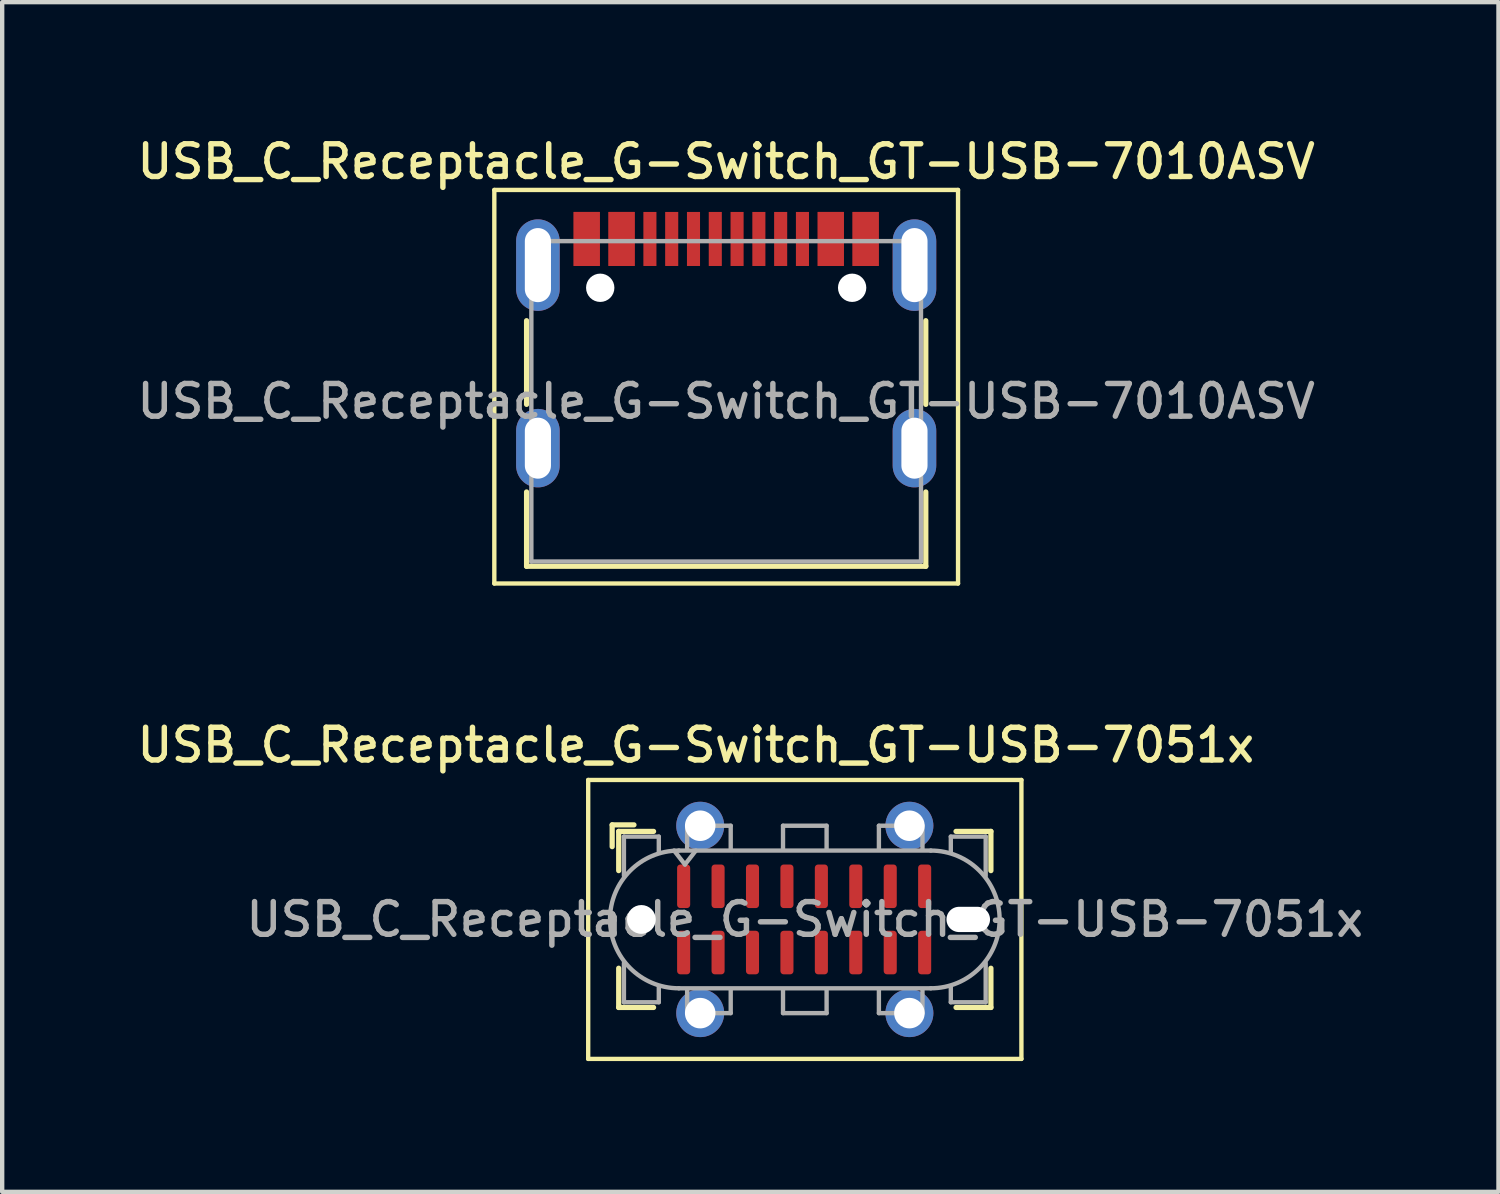
<source format=kicad_pcb>
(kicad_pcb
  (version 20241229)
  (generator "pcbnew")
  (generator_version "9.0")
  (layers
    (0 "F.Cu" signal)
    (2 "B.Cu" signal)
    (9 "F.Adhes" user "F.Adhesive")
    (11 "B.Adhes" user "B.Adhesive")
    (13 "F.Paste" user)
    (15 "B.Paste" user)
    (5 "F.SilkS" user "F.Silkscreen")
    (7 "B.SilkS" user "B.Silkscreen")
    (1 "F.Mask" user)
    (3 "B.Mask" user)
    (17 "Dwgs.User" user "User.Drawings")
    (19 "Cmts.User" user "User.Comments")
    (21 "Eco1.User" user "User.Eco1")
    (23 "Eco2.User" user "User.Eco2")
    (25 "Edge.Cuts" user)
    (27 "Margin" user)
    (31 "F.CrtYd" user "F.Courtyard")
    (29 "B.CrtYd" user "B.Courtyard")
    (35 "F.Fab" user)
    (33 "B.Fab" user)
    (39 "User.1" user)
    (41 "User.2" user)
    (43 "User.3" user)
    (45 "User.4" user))
  (footprint "USB_C_Receptacle_G-Switch_GT-USB-7051x"
    (layer "F.Cu")
    (at 15.416 18.046)
    (property "Reference" "USB_C_Receptacle_G-Switch_GT-USB-7051x" (at -2.5 -4 0) (unlocked yes) (layer "F.SilkS") (effects (font (size 0.75 0.75) (thickness 0.125))))
    (attr smd)
    (fp_line (start -4.97 -3.2) (end -4.97 3.2) (stroke (width 0.1) (type solid)) (layer "F.SilkS"))
    (fp_line (start -4.97 3.2) (end 4.97 3.2) (stroke (width 0.1) (type solid)) (layer "F.SilkS"))
    (fp_line (start -4.42 -2.17) (end -4.42 -1.67) (stroke (width 0.12) (type solid)) (layer "F.SilkS"))
    (fp_line (start -4.42 -2.17) (end -3.92 -2.17) (stroke (width 0.12) (type solid)) (layer "F.SilkS"))
    (fp_line (start -4.27 -2.02) (end -4.27 -1.12) (stroke (width 0.12) (type solid)) (layer "F.SilkS"))
    (fp_line (start -4.27 -2.02) (end -3.47 -2.02) (stroke (width 0.12) (type solid)) (layer "F.SilkS"))
    (fp_line (start -4.27 2.02) (end -4.27 1.12) (stroke (width 0.12) (type solid)) (layer "F.SilkS"))
    (fp_line (start -4.27 2.02) (end -3.47 2.02) (stroke (width 0.12) (type solid)) (layer "F.SilkS"))
    (fp_line (start 4.27 -2.02) (end 3.47 -2.02) (stroke (width 0.12) (type solid)) (layer "F.SilkS"))
    (fp_line (start 4.27 -2.02) (end 4.27 -1.12) (stroke (width 0.12) (type solid)) (layer "F.SilkS"))
    (fp_line (start 4.27 2.02) (end 3.47 2.02) (stroke (width 0.12) (type solid)) (layer "F.SilkS"))
    (fp_line (start 4.27 2.02) (end 4.27 1.12) (stroke (width 0.12) (type solid)) (layer "F.SilkS"))
    (fp_line (start 4.97 -3.2) (end -4.97 -3.2) (stroke (width 0.1) (type solid)) (layer "F.SilkS"))
    (fp_line (start 4.97 3.2) (end 4.97 -3.2) (stroke (width 0.1) (type solid)) (layer "F.SilkS"))
    (fp_line (start -4.15 -1.9) (end -4.15 -1) (stroke (width 0.1) (type solid)) (layer "F.Fab"))
    (fp_line (start -4.15 -1.9) (end -3.35 -1.9) (stroke (width 0.1) (type solid)) (layer "F.Fab"))
    (fp_line (start -4.15 1.9) (end -4.15 1) (stroke (width 0.1) (type solid)) (layer "F.Fab"))
    (fp_line (start -4.15 1.9) (end -3.35 1.9) (stroke (width 0.1) (type solid)) (layer "F.Fab"))
    (fp_line (start -3.35 -1.9) (end -3.35 -1.55) (stroke (width 0.1) (type solid)) (layer "F.Fab"))
    (fp_line (start -3.35 1.9) (end -3.35 1.55) (stroke (width 0.1) (type solid)) (layer "F.Fab"))
    (fp_line (start -2.89 1.58) (end 2.89 1.58) (stroke (width 0.1) (type solid)) (layer "F.Fab"))
    (fp_line (start -2.75 -1.26) (end -3 -1.58) (stroke (width 0.1) (type solid)) (layer "F.Fab"))
    (fp_line (start -2.7 -2.15) (end -1.7 -2.15) (stroke (width 0.1) (type solid)) (layer "F.Fab"))
    (fp_line (start -2.7 -1.6) (end -2.7 -2.15) (stroke (width 0.1) (type solid)) (layer "F.Fab"))
    (fp_line (start -2.7 1.6) (end -2.7 2.15) (stroke (width 0.1) (type solid)) (layer "F.Fab"))
    (fp_line (start -2.7 2.15) (end -1.7 2.15) (stroke (width 0.1) (type solid)) (layer "F.Fab"))
    (fp_line (start -2.5 -1.58) (end -2.75 -1.26) (stroke (width 0.1) (type solid)) (layer "F.Fab"))
    (fp_line (start -1.7 -2.15) (end -1.7 -1.6) (stroke (width 0.1) (type solid)) (layer "F.Fab"))
    (fp_line (start -1.7 2.15) (end -1.7 1.6) (stroke (width 0.1) (type solid)) (layer "F.Fab"))
    (fp_line (start -0.5 -2.15) (end 0.5 -2.15) (stroke (width 0.1) (type solid)) (layer "F.Fab"))
    (fp_line (start -0.5 -1.6) (end -0.5 -2.15) (stroke (width 0.1) (type solid)) (layer "F.Fab"))
    (fp_line (start -0.5 2.15) (end -0.5 1.6) (stroke (width 0.1) (type solid)) (layer "F.Fab"))
    (fp_line (start 0.5 -2.15) (end 0.5 -1.6) (stroke (width 0.1) (type solid)) (layer "F.Fab"))
    (fp_line (start 0.5 1.6) (end 0.5 2.15) (stroke (width 0.1) (type solid)) (layer "F.Fab"))
    (fp_line (start 0.5 2.15) (end -0.5 2.15) (stroke (width 0.1) (type solid)) (layer "F.Fab"))
    (fp_line (start 1.7 -2.15) (end 1.7 -1.6) (stroke (width 0.1) (type solid)) (layer "F.Fab"))
    (fp_line (start 1.7 2.15) (end 1.7 1.6) (stroke (width 0.1) (type solid)) (layer "F.Fab"))
    (fp_line (start 2.7 -2.15) (end 1.7 -2.15) (stroke (width 0.1) (type solid)) (layer "F.Fab"))
    (fp_line (start 2.7 -1.6) (end 2.7 -2.15) (stroke (width 0.1) (type solid)) (layer "F.Fab"))
    (fp_line (start 2.7 1.6) (end 2.7 2.15) (stroke (width 0.1) (type solid)) (layer "F.Fab"))
    (fp_line (start 2.7 2.15) (end 1.7 2.15) (stroke (width 0.1) (type solid)) (layer "F.Fab"))
    (fp_line (start 2.89 -1.58) (end -2.89 -1.58) (stroke (width 0.1) (type solid)) (layer "F.Fab"))
    (fp_line (start 3.35 -1.9) (end 3.35 -1.55) (stroke (width 0.1) (type solid)) (layer "F.Fab"))
    (fp_line (start 3.35 1.9) (end 3.35 1.55) (stroke (width 0.1) (type solid)) (layer "F.Fab"))
    (fp_line (start 4.15 -1.9) (end 3.35 -1.9) (stroke (width 0.1) (type solid)) (layer "F.Fab"))
    (fp_line (start 4.15 -1.9) (end 4.15 -1) (stroke (width 0.1) (type solid)) (layer "F.Fab"))
    (fp_line (start 4.15 1.9) (end 3.35 1.9) (stroke (width 0.1) (type solid)) (layer "F.Fab"))
    (fp_line (start 4.15 1.9) (end 4.15 1) (stroke (width 0.1) (type solid)) (layer "F.Fab"))
    (fp_arc (start -2.89 1.58) (mid -4.47 0) (end -2.89 -1.58) (stroke (width 0.1) (type solid)) (layer "F.Fab"))
    (fp_arc (start 2.89 -1.58) (mid 4.47 0) (end 2.89 1.58) (stroke (width 0.1) (type solid)) (layer "F.Fab"))
    (fp_text user "${REFERENCE}" (at 0 0 0) (unlocked yes) (layer "F.Fab") (effects (font (size 0.75 0.75) (thickness 0.125))))
    (pad "" np_thru_hole circle (at -3.75 0) (size 0.66 0.66) (drill 0.66) (layers "*.Cu" "*.Mask"))
    (pad "" np_thru_hole oval (at 3.75 0) (size 1 0.58) (drill oval 1 0.58) (layers "*.Cu" "*.Mask"))
    (pad "A1" smd roundrect (at -2.78 -0.76) (size 0.3 1) (layers "F.Cu" "F.Mask" "F.Paste") (roundrect_rratio 0.25))
    (pad "A4" smd roundrect (at -1.99 -0.76) (size 0.3 1) (layers "F.Cu" "F.Mask" "F.Paste") (roundrect_rratio 0.25))
    (pad "A5" smd roundrect (at -1.2 -0.76) (size 0.3 1) (layers "F.Cu" "F.Mask" "F.Paste") (roundrect_rratio 0.25))
    (pad "A6" smd roundrect (at -0.41 -0.76) (size 0.3 1) (layers "F.Cu" "F.Mask" "F.Paste") (roundrect_rratio 0.25))
    (pad "A7" smd roundrect (at 0.38 -0.76) (size 0.3 1) (layers "F.Cu" "F.Mask" "F.Paste") (roundrect_rratio 0.25))
    (pad "A8" smd roundrect (at 1.17 -0.76) (size 0.3 1) (layers "F.Cu" "F.Mask" "F.Paste") (roundrect_rratio 0.25))
    (pad "A9" smd roundrect (at 1.96 -0.76) (size 0.3 1) (layers "F.Cu" "F.Mask" "F.Paste") (roundrect_rratio 0.25))
    (pad "A12" smd roundrect (at 2.75 -0.76) (size 0.3 1) (layers "F.Cu" "F.Mask" "F.Paste") (roundrect_rratio 0.25))
    (pad "B1" smd roundrect (at 2.75 0.76) (size 0.3 1) (layers "F.Cu" "F.Mask" "F.Paste") (roundrect_rratio 0.25))
    (pad "B4" smd roundrect (at 1.96 0.76) (size 0.3 1) (layers "F.Cu" "F.Mask" "F.Paste") (roundrect_rratio 0.25))
    (pad "B5" smd roundrect (at 1.17 0.76) (size 0.3 1) (layers "F.Cu" "F.Mask" "F.Paste") (roundrect_rratio 0.25))
    (pad "B6" smd roundrect (at 0.38 0.76) (size 0.3 1) (layers "F.Cu" "F.Mask" "F.Paste") (roundrect_rratio 0.25))
    (pad "B7" smd roundrect (at -0.41 0.76) (size 0.3 1) (layers "F.Cu" "F.Mask" "F.Paste") (roundrect_rratio 0.25))
    (pad "B8" smd roundrect (at -1.2 0.76) (size 0.3 1) (layers "F.Cu" "F.Mask" "F.Paste") (roundrect_rratio 0.25))
    (pad "B9" smd roundrect (at -1.99 0.76) (size 0.3 1) (layers "F.Cu" "F.Mask" "F.Paste") (roundrect_rratio 0.25))
    (pad "B12" smd roundrect (at -2.78 0.76) (size 0.3 1) (layers "F.Cu" "F.Mask" "F.Paste") (roundrect_rratio 0.25))
    (pad "S1" thru_hole circle (at -2.4 -2.15) (size 1.1 1.1) (drill 0.7) (layers "*.Cu" "*.Mask" "F.Paste"))
    (pad "S1" thru_hole circle (at -2.4 2.15) (size 1.1 1.1) (drill 0.7) (layers "*.Cu" "*.Mask" "F.Paste"))
    (pad "S1" thru_hole circle (at 2.4 -2.15) (size 1.1 1.1) (drill 0.7) (layers "*.Cu" "*.Mask" "F.Paste"))
    (pad "S1" thru_hole circle (at 2.4 2.15) (size 1.1 1.1) (drill 0.7) (layers "*.Cu" "*.Mask" "F.Paste"))
    (zone (net_name "") (layer "F.Cu") (name "peg") (hatch full 0.508) (connect_pads) (min_thickness 0.254) (filled_areas_thickness no) (keepout (tracks not_allowed) (vias not_allowed) (pads not_allowed) (copperpour not_allowed) (footprints not_allowed)) (placement (enabled no)) (fill) (polygon (pts (xy 16.216 16.246) (xy 14.616 16.246) (xy 14.616 15.546) (xy 16.216 15.546))))
    (zone (net_name "") (layer "F.Cu") (name "peg") (hatch full 0.508) (connect_pads) (min_thickness 0.254) (filled_areas_thickness no) (keepout (tracks not_allowed) (vias not_allowed) (pads not_allowed) (copperpour not_allowed) (footprints not_allowed)) (placement (enabled no)) (fill) (polygon (pts (xy 16.216 20.546) (xy 14.616 20.546) (xy 14.616 19.846) (xy 16.216 19.846)))))
  (footprint "USB_C_Receptacle_G-Switch_GT-USB-7010ASV"
    (layer "F.Cu")
    (at 13.612 6.158)
    (property "Reference" "USB_C_Receptacle_G-Switch_GT-USB-7010ASV" (at 0 -5.5 0) (layer "F.SilkS") (effects (font (size 0.75 0.75) (thickness 0.125))))
    (attr smd)
    (fp_line (start -5.32 -4.85) (end 5.32 -4.85) (stroke (width 0.1) (type solid)) (layer "F.SilkS"))
    (fp_line (start -5.32 4.18) (end -5.32 -4.85) (stroke (width 0.1) (type solid)) (layer "F.SilkS"))
    (fp_line (start -4.58 -1.85) (end -4.58 0.07) (stroke (width 0.12) (type solid)) (layer "F.SilkS"))
    (fp_line (start -4.58 3.785) (end -4.58 2.08) (stroke (width 0.12) (type solid)) (layer "F.SilkS"))
    (fp_line (start 4.58 0.07) (end 4.58 -1.85) (stroke (width 0.12) (type solid)) (layer "F.SilkS"))
    (fp_line (start 4.58 2.08) (end 4.58 3.785) (stroke (width 0.12) (type solid)) (layer "F.SilkS"))
    (fp_line (start 4.58 3.785) (end -4.58 3.785) (stroke (width 0.12) (type solid)) (layer "F.SilkS"))
    (fp_line (start 5.32 -4.85) (end 5.32 4.18) (stroke (width 0.1) (type solid)) (layer "F.SilkS"))
    (fp_line (start 5.32 4.18) (end -5.32 4.18) (stroke (width 0.1) (type solid)) (layer "F.SilkS"))
    (fp_line (start -4.47 -3.675) (end -4.47 3.675) (stroke (width 0.1) (type solid)) (layer "F.Fab"))
    (fp_line (start -4.47 -3.675) (end 4.47 -3.675) (stroke (width 0.1) (type solid)) (layer "F.Fab"))
    (fp_line (start -4.47 3.675) (end 4.47 3.675) (stroke (width 0.1) (type solid)) (layer "F.Fab"))
    (fp_line (start 4.47 3.675) (end 4.47 -3.675) (stroke (width 0.1) (type solid)) (layer "F.Fab"))
    (fp_text user "${REFERENCE}" (at 0 0 0) (layer "F.Fab") (effects (font (size 0.75 0.75) (thickness 0.125))))
    (pad "" np_thru_hole circle (at -2.89 -2.605) (size 0.65 0.65) (drill 0.65) (layers "*.Cu" "*.Mask"))
    (pad "" np_thru_hole circle (at 2.89 -2.605) (size 0.65 0.65) (drill 0.65) (layers "*.Cu" "*.Mask"))
    (pad "A1" smd rect (at -3.2 -3.725) (size 0.6 1.24) (layers "F.Cu" "F.Mask" "F.Paste"))
    (pad "A4" smd rect (at -2.4 -3.725) (size 0.6 1.24) (layers "F.Cu" "F.Mask" "F.Paste"))
    (pad "A5" smd rect (at -1.25 -3.725) (size 0.3 1.24) (layers "F.Cu" "F.Mask" "F.Paste"))
    (pad "A6" smd rect (at -0.25 -3.725) (size 0.3 1.24) (layers "F.Cu" "F.Mask" "F.Paste"))
    (pad "A7" smd rect (at 0.25 -3.725) (size 0.3 1.24) (layers "F.Cu" "F.Mask" "F.Paste"))
    (pad "A8" smd rect (at 1.25 -3.725) (size 0.3 1.24) (layers "F.Cu" "F.Mask" "F.Paste"))
    (pad "A9" smd rect (at 2.4 -3.725) (size 0.6 1.24) (layers "F.Cu" "F.Mask" "F.Paste"))
    (pad "A12" smd rect (at 3.2 -3.725) (size 0.6 1.24) (layers "F.Cu" "F.Mask" "F.Paste"))
    (pad "B1" smd rect (at 3.2 -3.725) (size 0.6 1.24) (layers "F.Cu" "F.Mask" "F.Paste"))
    (pad "B4" smd rect (at 2.4 -3.725) (size 0.6 1.24) (layers "F.Cu" "F.Mask" "F.Paste"))
    (pad "B5" smd rect (at 1.75 -3.725) (size 0.3 1.24) (layers "F.Cu" "F.Mask" "F.Paste"))
    (pad "B6" smd rect (at 0.75 -3.725) (size 0.3 1.24) (layers "F.Cu" "F.Mask" "F.Paste"))
    (pad "B7" smd rect (at -0.75 -3.725) (size 0.3 1.24) (layers "F.Cu" "F.Mask" "F.Paste"))
    (pad "B8" smd rect (at -1.75 -3.725) (size 0.3 1.24) (layers "F.Cu" "F.Mask" "F.Paste"))
    (pad "B9" smd rect (at -2.4 -3.725) (size 0.6 1.24) (layers "F.Cu" "F.Mask" "F.Paste"))
    (pad "B12" smd rect (at -3.2 -3.725) (size 0.6 1.24) (layers "F.Cu" "F.Mask" "F.Paste"))
    (pad "S1" thru_hole oval (at -4.32 -3.125) (size 1 2.1) (drill oval 0.6 1.7) (layers "*.Cu" "*.Mask"))
    (pad "S1" thru_hole oval (at -4.32 1.075) (size 1 1.8) (drill oval 0.6 1.4) (layers "*.Cu" "*.Mask"))
    (pad "S1" thru_hole oval (at 4.32 -3.125) (size 1 2.1) (drill oval 0.6 1.7) (layers "*.Cu" "*.Mask"))
    (pad "S1" thru_hole oval (at 4.32 1.075) (size 1 1.8) (drill oval 0.6 1.4) (layers "*.Cu" "*.Mask")))
  (gr_rect
    (start -3 -3)
    (end 31.332 24.296)
    (stroke (width 0.1) (type default))
    (fill no)
    (layer "Edge.Cuts")))
</source>
